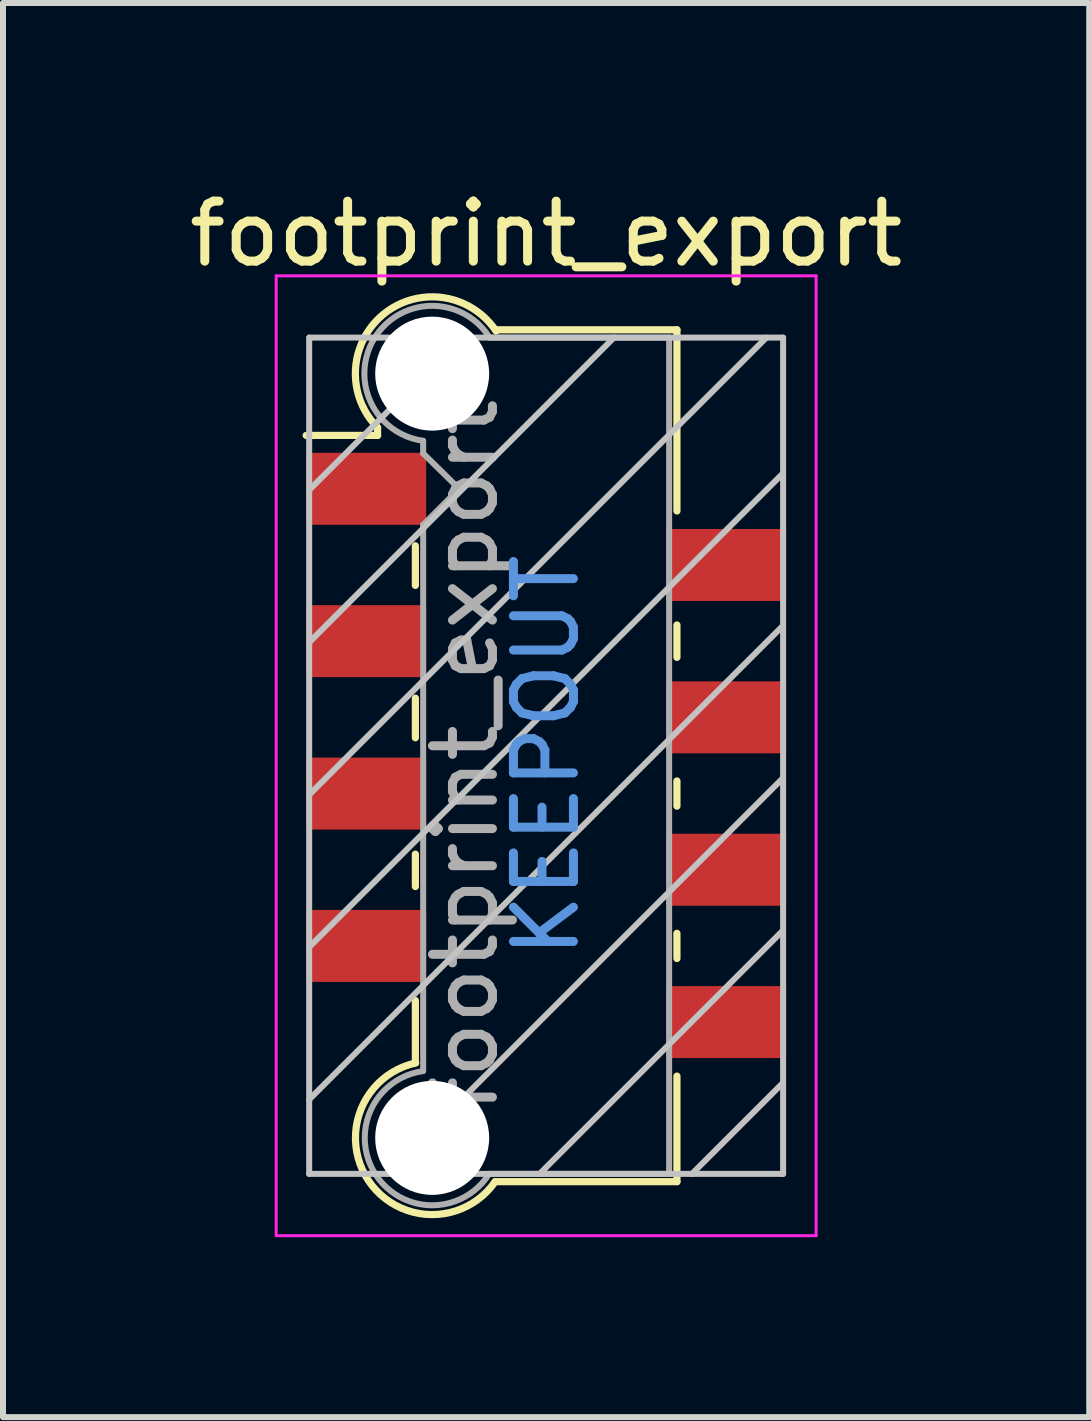
<source format=kicad_pcb>
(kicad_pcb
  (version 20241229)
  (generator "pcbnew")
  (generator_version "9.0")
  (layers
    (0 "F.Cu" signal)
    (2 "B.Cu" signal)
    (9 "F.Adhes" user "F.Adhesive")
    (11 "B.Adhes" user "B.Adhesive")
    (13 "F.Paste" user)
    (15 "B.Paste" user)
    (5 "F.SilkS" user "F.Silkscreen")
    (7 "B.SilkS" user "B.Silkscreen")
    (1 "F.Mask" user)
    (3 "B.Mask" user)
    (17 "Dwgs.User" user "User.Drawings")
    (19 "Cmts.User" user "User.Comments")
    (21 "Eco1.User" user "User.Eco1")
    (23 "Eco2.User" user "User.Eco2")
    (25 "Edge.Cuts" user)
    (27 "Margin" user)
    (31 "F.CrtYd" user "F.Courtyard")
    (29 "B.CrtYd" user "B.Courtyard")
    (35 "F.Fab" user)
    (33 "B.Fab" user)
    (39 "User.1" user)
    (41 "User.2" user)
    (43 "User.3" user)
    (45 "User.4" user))
  (footprint "footprint_export"
    (layer "F.Cu")
    (at 6.054 9.548)
    (property "Reference" "footprint_export" (at 0 -8.7 0) (layer "F.SilkS") (effects (font (size 1 1) (thickness 0.15))))
    (attr smd)
    (fp_line (start -2.81 -5.47) (end -2.81 -5.34) (stroke (width 0.12) (type solid)) (layer "F.SilkS"))
    (fp_line (start -2.81 -5.34) (end -4 -5.34) (stroke (width 0.12) (type solid)) (layer "F.SilkS"))
    (fp_line (start -2.18 -2.84) (end -2.18 -3.5) (stroke (width 0.12) (type solid)) (layer "F.SilkS"))
    (fp_line (start -2.18 -0.3) (end -2.18 -0.96) (stroke (width 0.12) (type solid)) (layer "F.SilkS"))
    (fp_line (start -2.18 2.18) (end -2.18 1.64) (stroke (width 0.12) (type solid)) (layer "F.SilkS"))
    (fp_line (start -2.18 5.12) (end -2.18 4.08) (stroke (width 0.12) (type solid)) (layer "F.SilkS"))
    (fp_line (start 2.18 -7.1) (end -0.82 -7.1) (stroke (width 0.12) (type solid)) (layer "F.SilkS"))
    (fp_line (start 2.18 -7.1) (end 2.18 -4.08) (stroke (width 0.12) (type solid)) (layer "F.SilkS"))
    (fp_line (start 2.18 -2.18) (end 2.18 -1.64) (stroke (width 0.12) (type solid)) (layer "F.SilkS"))
    (fp_line (start 2.18 0.42) (end 2.18 0.84) (stroke (width 0.12) (type solid)) (layer "F.SilkS"))
    (fp_line (start 2.18 2.96) (end 2.18 3.38) (stroke (width 0.12) (type solid)) (layer "F.SilkS"))
    (fp_line (start 2.18 5.34) (end 2.18 7.1) (stroke (width 0.12) (type solid)) (layer "F.SilkS"))
    (fp_line (start 2.18 7.1) (end -0.85 7.1) (stroke (width 0.12) (type solid)) (layer "F.SilkS"))
    (fp_arc (start -2.81 -5.47) (mid -2.708637 -7.362072) (end -0.834991 -7.079828) (stroke (width 0.12) (type solid)) (layer "F.SilkS"))
    (fp_arc (start -0.85 7.1) (mid -2.962791 7.081248) (end -2.174424 5.120964) (stroke (width 0.12) (type solid)) (layer "F.SilkS"))
    (fp_line (start -3.95 -6.97) (end -3.95 6.97) (stroke (width 0.1) (type solid)) (layer "Dwgs.User"))
    (fp_line (start -3.95 -4.43) (end -1.41 -6.97) (stroke (width 0.1) (type solid)) (layer "Dwgs.User"))
    (fp_line (start -3.95 -1.89) (end 1.13 -6.97) (stroke (width 0.1) (type solid)) (layer "Dwgs.User"))
    (fp_line (start -3.95 0.65) (end 3.67 -6.97) (stroke (width 0.1) (type solid)) (layer "Dwgs.User"))
    (fp_line (start -3.95 3.19) (end 3.95 -4.71) (stroke (width 0.1) (type solid)) (layer "Dwgs.User"))
    (fp_line (start -3.95 5.73) (end 3.95 -2.17) (stroke (width 0.1) (type solid)) (layer "Dwgs.User"))
    (fp_line (start -3.95 6.97) (end 3.95 6.97) (stroke (width 0.1) (type solid)) (layer "Dwgs.User"))
    (fp_line (start -2.65 6.97) (end 3.95 0.37) (stroke (width 0.1) (type solid)) (layer "Dwgs.User"))
    (fp_line (start -0.11 6.97) (end 3.95 2.91) (stroke (width 0.1) (type solid)) (layer "Dwgs.User"))
    (fp_line (start 2.43 6.97) (end 3.95 5.45) (stroke (width 0.1) (type solid)) (layer "Dwgs.User"))
    (fp_line (start 3.95 -6.97) (end -3.95 -6.97) (stroke (width 0.1) (type solid)) (layer "Dwgs.User"))
    (fp_line (start 3.95 6.97) (end 3.95 -6.97) (stroke (width 0.1) (type solid)) (layer "Dwgs.User"))
    (fp_line (start -4.5 -8) (end -4.5 8) (stroke (width 0.05) (type solid)) (layer "F.CrtYd"))
    (fp_line (start -4.5 8) (end 4.5 8) (stroke (width 0.05) (type solid)) (layer "F.CrtYd"))
    (fp_line (start 4.5 -8) (end -4.5 -8) (stroke (width 0.05) (type solid)) (layer "F.CrtYd"))
    (fp_line (start 4.5 8) (end 4.5 -8) (stroke (width 0.05) (type solid)) (layer "F.CrtYd"))
    (fp_line (start -2.05 -5.04) (end -2.05 -5.25) (stroke (width 0.1) (type solid)) (layer "F.Fab"))
    (fp_line (start -2.05 -3.85) (end -1.45 -4.45) (stroke (width 0.1) (type solid)) (layer "F.Fab"))
    (fp_line (start -2.05 5.25) (end -2.05 -3.85) (stroke (width 0.1) (type solid)) (layer "F.Fab"))
    (fp_line (start -1.45 -4.45) (end -2.05 -5.04) (stroke (width 0.1) (type solid)) (layer "F.Fab"))
    (fp_line (start 2.05 -6.97) (end -0.93 -6.97) (stroke (width 0.1) (type solid)) (layer "F.Fab"))
    (fp_line (start 2.05 -6.97) (end 2.05 6.97) (stroke (width 0.1) (type solid)) (layer "F.Fab"))
    (fp_line (start 2.05 6.97) (end -0.95 6.97) (stroke (width 0.1) (type solid)) (layer "F.Fab"))
    (fp_arc (start -2.05 -5.25) (mid -2.851672 -6.979279) (end -0.945612 -6.975015) (stroke (width 0.1) (type solid)) (layer "F.Fab"))
    (fp_arc (start -0.95 6.97) (mid -2.845272 6.977422) (end -2.051022 5.256585) (stroke (width 0.1) (type solid)) (layer "F.Fab"))
    (fp_text user "KEEPOUT" (at 0 0 90) (layer "Cmts.User") (effects (font (size 1 1) (thickness 0.15))))
    (fp_text user "${REFERENCE}" (at -1.35 0 90) (layer "F.Fab") (effects (font (size 1 1) (thickness 0.15))))
    (pad "" np_thru_hole circle (at -1.9 -6.37) (size 1.9 1.9) (drill 1.9) (layers "*.Cu" "*.Mask"))
    (pad "" np_thru_hole circle (at -1.9 6.37) (size 1.9 1.9) (drill 1.9) (layers "*.Cu" "*.Mask"))
    (pad "1" smd rect (at -3 -4.45) (size 2 1.2) (layers "F.Cu" "F.Mask" "F.Paste"))
    (pad "2" smd rect (at 3 -3.18) (size 2 1.2) (layers "F.Cu" "F.Mask" "F.Paste"))
    (pad "3" smd rect (at -3 -1.91) (size 2 1.2) (layers "F.Cu" "F.Mask" "F.Paste"))
    (pad "4" smd rect (at 3 -0.64) (size 2 1.2) (layers "F.Cu" "F.Mask" "F.Paste"))
    (pad "5" smd rect (at -3 0.63) (size 2 1.2) (layers "F.Cu" "F.Mask" "F.Paste"))
    (pad "6" smd rect (at 3 1.9) (size 2 1.2) (layers "F.Cu" "F.Mask" "F.Paste"))
    (pad "7" smd rect (at -3 3.17) (size 2 1.2) (layers "F.Cu" "F.Mask" "F.Paste"))
    (pad "8" smd rect (at 3 4.44) (size 2 1.2) (layers "F.Cu" "F.Mask" "F.Paste")))
  (gr_rect
    (start -3 -3)
    (end 15.107 20.573)
    (stroke (width 0.1) (type default))
    (fill no)
    (layer "Edge.Cuts")))
</source>
